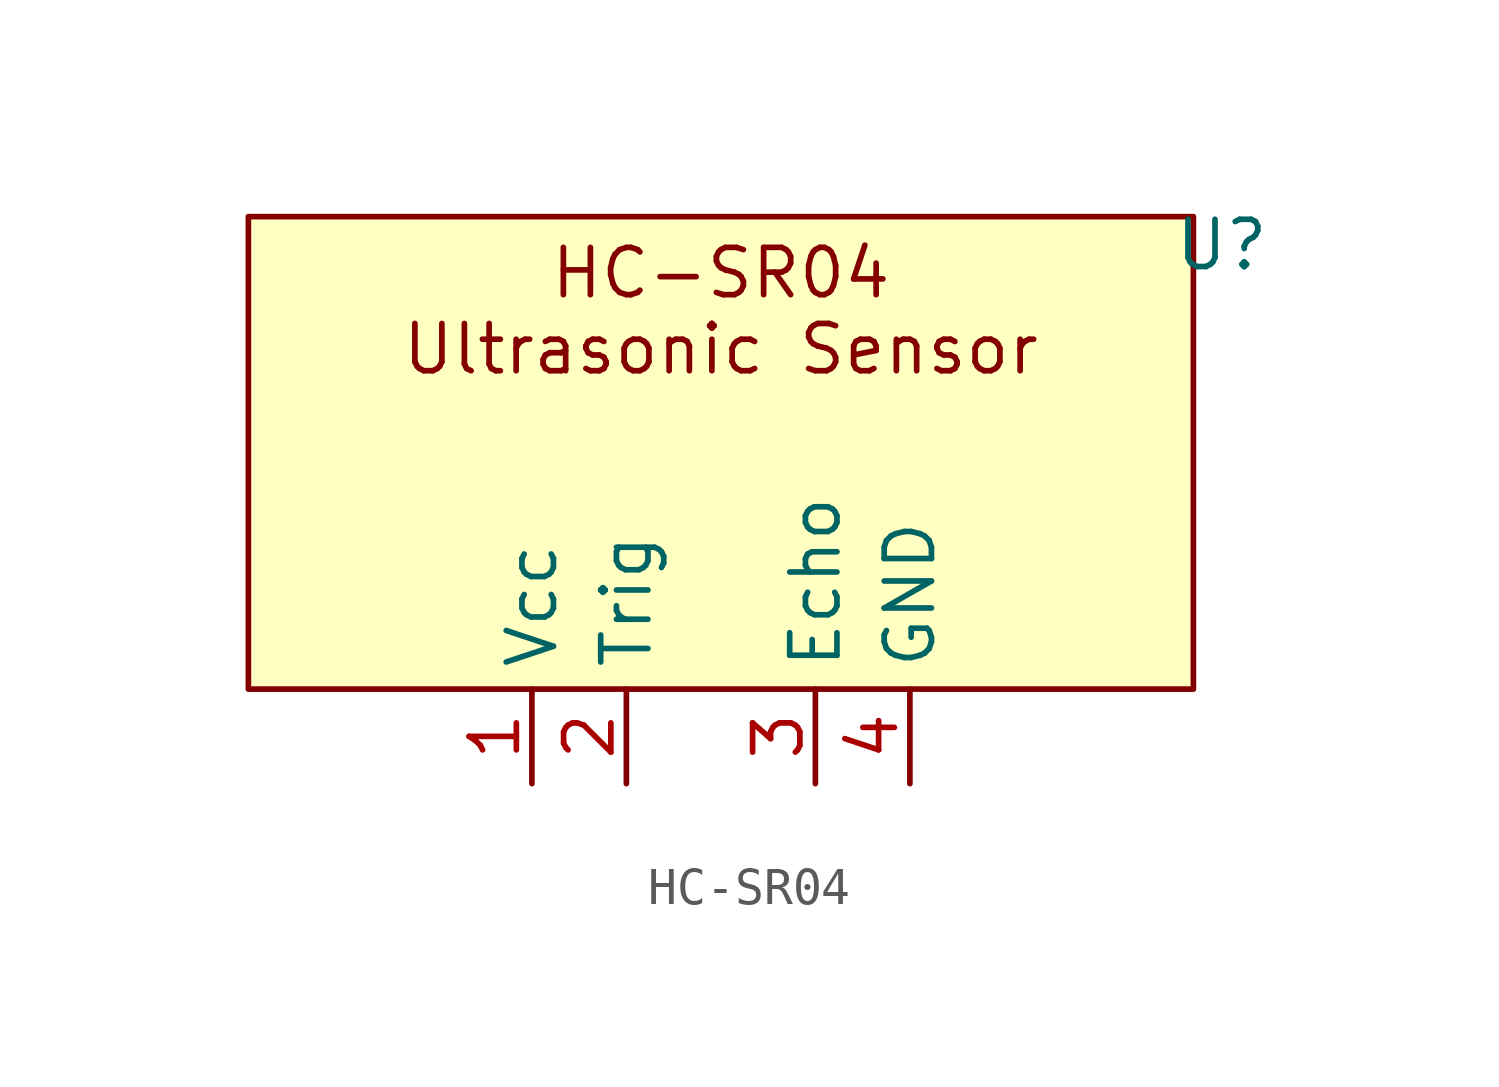
<source format=kicad_sym>
(kicad_symbol_lib
  (version 20231120)
  (generator "kicad_symbol_editor")
  (generator_version "8.0")
  (symbol "HC-SR04"
    (property "Reference" "U"
      (at 13.462 6.858 0)
      (effects (font (size 1.27 1.27))))
    (property "Value" ""
      (at 0 0 0)
      (effects (font (size 1.27 1.27))))
    (symbol "HC-SR04_0_1"
      (rectangle (start -12.7 7.62) (end 12.7 -5.08) (stroke (width 0) (type default)) (fill (type background))))
    (symbol "HC-SR04_1_1"
      (text "HC-SR04\nUltrasonic Sensor" (at 0 5.08 0) (effects (font (size 1.27 1.27))))
      (pin power_in line (at -5.08 -7.62 90) (length 2.54) (name "Vcc" (effects (font (size 1.27 1.27)))) (number "1" (effects (font (size 1.27 1.27)))))
      (pin input line (at -2.54 -7.62 90) (length 2.54) (name "Trig" (effects (font (size 1.27 1.27)))) (number "2" (effects (font (size 1.27 1.27)))))
      (pin output line (at 2.54 -7.62 90) (length 2.54) (name "Echo" (effects (font (size 1.27 1.27)))) (number "3" (effects (font (size 1.27 1.27)))))
      (pin power_in line (at 5.08 -7.62 90) (length 2.54) (name "GND" (effects (font (size 1.27 1.27)))) (number "4" (effects (font (size 1.27 1.27))))))))
</source>
